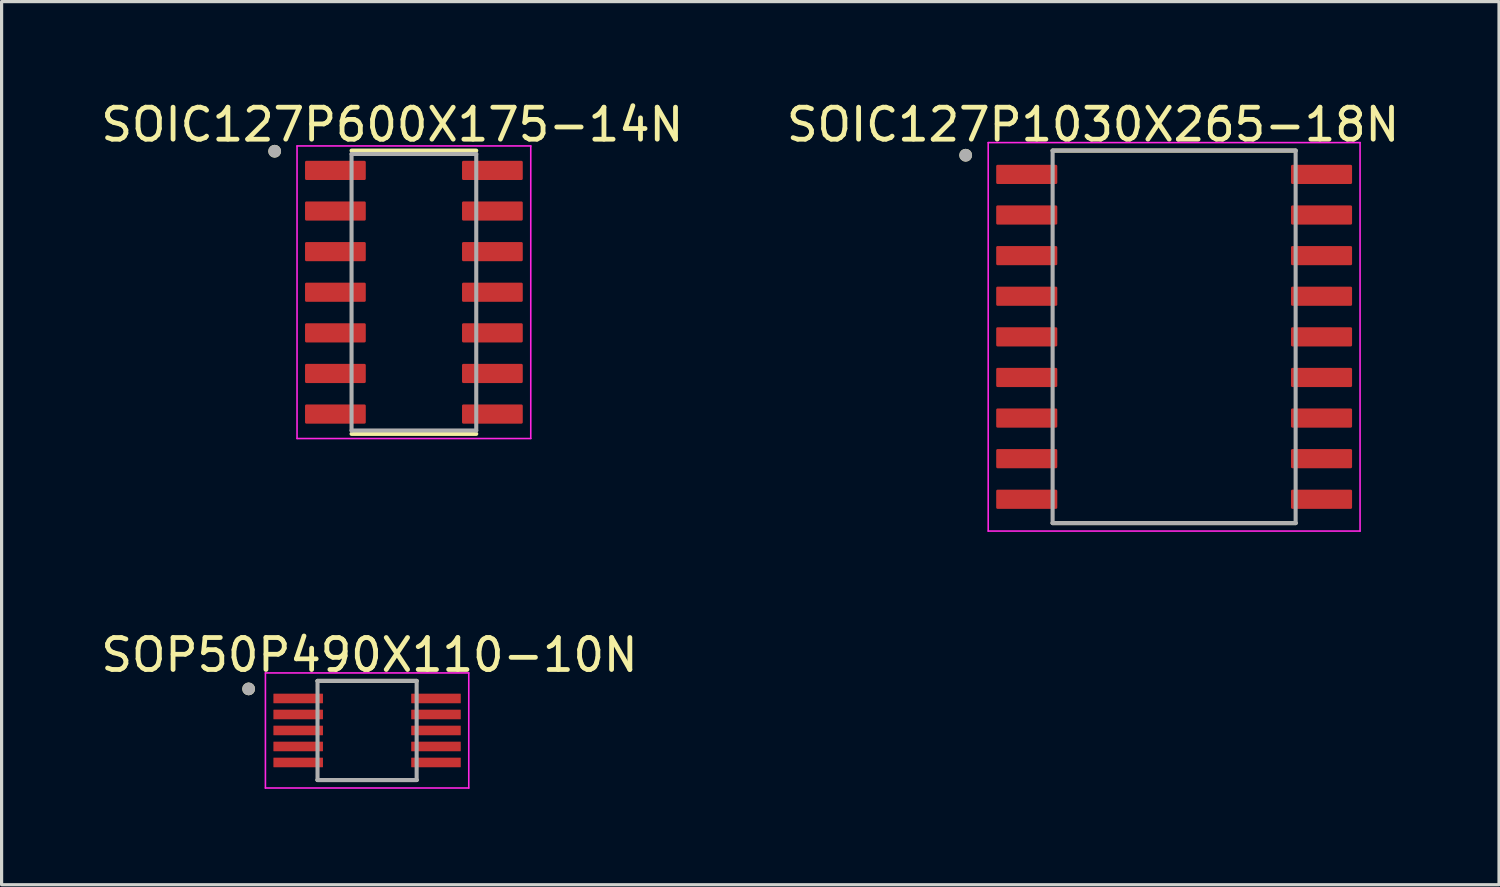
<source format=kicad_pcb>
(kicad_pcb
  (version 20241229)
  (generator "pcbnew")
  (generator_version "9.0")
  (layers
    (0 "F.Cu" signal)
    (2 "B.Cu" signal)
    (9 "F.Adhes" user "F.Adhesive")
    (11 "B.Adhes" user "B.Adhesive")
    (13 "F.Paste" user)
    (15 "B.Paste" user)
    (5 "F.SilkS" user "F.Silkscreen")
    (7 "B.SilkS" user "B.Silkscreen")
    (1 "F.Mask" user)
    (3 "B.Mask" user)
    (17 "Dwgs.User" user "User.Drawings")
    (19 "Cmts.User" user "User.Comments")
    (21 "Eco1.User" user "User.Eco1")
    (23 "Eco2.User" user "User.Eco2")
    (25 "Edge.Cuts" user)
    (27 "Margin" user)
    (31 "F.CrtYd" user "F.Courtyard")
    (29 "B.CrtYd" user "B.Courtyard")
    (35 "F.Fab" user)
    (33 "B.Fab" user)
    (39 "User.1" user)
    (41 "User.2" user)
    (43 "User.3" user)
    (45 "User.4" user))
  (footprint "SOIC127P600X175-14N"
    (layer "F.Cu")
    (at 9.895 6.09)
    (property "Reference" "SOIC127P600X175-14N" (at -0.675 -5.242 0) (layer "F.SilkS") (effects (font (size 1 1) (thickness 0.15))))
    (attr smd)
    (fp_line (start -1.95 -4.43) (end 1.95 -4.43) (stroke (width 0.127) (type solid)) (layer "F.SilkS"))
    (fp_line (start -1.95 4.43) (end 1.95 4.43) (stroke (width 0.127) (type solid)) (layer "F.SilkS"))
    (fp_circle (center -4.355 -4.41) (end -4.255 -4.41) (stroke (width 0.2) (type solid)) (fill no) (layer "F.SilkS"))
    (fp_line (start -3.655 -4.575) (end -3.655 4.575) (stroke (width 0.05) (type solid)) (layer "F.CrtYd"))
    (fp_line (start -3.655 -4.575) (end 3.655 -4.575) (stroke (width 0.05) (type solid)) (layer "F.CrtYd"))
    (fp_line (start -3.655 4.575) (end 3.655 4.575) (stroke (width 0.05) (type solid)) (layer "F.CrtYd"))
    (fp_line (start 3.655 -4.575) (end 3.655 4.575) (stroke (width 0.05) (type solid)) (layer "F.CrtYd"))
    (fp_line (start -1.95 -4.325) (end -1.95 4.325) (stroke (width 0.127) (type solid)) (layer "F.Fab"))
    (fp_line (start -1.95 -4.325) (end 1.95 -4.325) (stroke (width 0.127) (type solid)) (layer "F.Fab"))
    (fp_line (start -1.95 4.325) (end 1.95 4.325) (stroke (width 0.127) (type solid)) (layer "F.Fab"))
    (fp_line (start 1.95 -4.325) (end 1.95 4.325) (stroke (width 0.127) (type solid)) (layer "F.Fab"))
    (fp_circle (center -4.355 -4.41) (end -4.255 -4.41) (stroke (width 0.2) (type solid)) (fill no) (layer "F.Fab"))
    (pad "1" smd roundrect (at -2.455 -3.81) (size 1.9 0.6) (layers "F.Cu" "F.Mask" "F.Paste") (roundrect_rratio 0.07))
    (pad "2" smd roundrect (at -2.455 -2.54) (size 1.9 0.6) (layers "F.Cu" "F.Mask" "F.Paste") (roundrect_rratio 0.07))
    (pad "3" smd roundrect (at -2.455 -1.27) (size 1.9 0.6) (layers "F.Cu" "F.Mask" "F.Paste") (roundrect_rratio 0.07))
    (pad "4" smd roundrect (at -2.455 0) (size 1.9 0.6) (layers "F.Cu" "F.Mask" "F.Paste") (roundrect_rratio 0.07))
    (pad "5" smd roundrect (at -2.455 1.27) (size 1.9 0.6) (layers "F.Cu" "F.Mask" "F.Paste") (roundrect_rratio 0.07))
    (pad "6" smd roundrect (at -2.455 2.54) (size 1.9 0.6) (layers "F.Cu" "F.Mask" "F.Paste") (roundrect_rratio 0.07))
    (pad "7" smd roundrect (at -2.455 3.81) (size 1.9 0.6) (layers "F.Cu" "F.Mask" "F.Paste") (roundrect_rratio 0.07))
    (pad "8" smd roundrect (at 2.455 3.81) (size 1.9 0.6) (layers "F.Cu" "F.Mask" "F.Paste") (roundrect_rratio 0.07))
    (pad "9" smd roundrect (at 2.455 2.54) (size 1.9 0.6) (layers "F.Cu" "F.Mask" "F.Paste") (roundrect_rratio 0.07))
    (pad "10" smd roundrect (at 2.455 1.27) (size 1.9 0.6) (layers "F.Cu" "F.Mask" "F.Paste") (roundrect_rratio 0.07))
    (pad "11" smd roundrect (at 2.455 0) (size 1.9 0.6) (layers "F.Cu" "F.Mask" "F.Paste") (roundrect_rratio 0.07))
    (pad "12" smd roundrect (at 2.455 -1.27) (size 1.9 0.6) (layers "F.Cu" "F.Mask" "F.Paste") (roundrect_rratio 0.07))
    (pad "13" smd roundrect (at 2.455 -2.54) (size 1.9 0.6) (layers "F.Cu" "F.Mask" "F.Paste") (roundrect_rratio 0.07))
    (pad "14" smd roundrect (at 2.455 -3.81) (size 1.9 0.6) (layers "F.Cu" "F.Mask" "F.Paste") (roundrect_rratio 0.07)))
  (footprint "SOP50P490X110-10N"
    (layer "F.Cu")
    (at 8.431 19.796)
    (property "Reference" "SOP50P490X110-10N" (at 0.075 -2.362 0) (layer "F.SilkS") (effects (font (size 1 1) (thickness 0.15))))
    (attr smd)
    (fp_line (start -1.55 -1.55) (end 1.55 -1.55) (stroke (width 0.127) (type solid)) (layer "F.SilkS"))
    (fp_line (start -1.55 1.55) (end 1.55 1.55) (stroke (width 0.127) (type solid)) (layer "F.SilkS"))
    (fp_circle (center -3.705 -1.3) (end -3.605 -1.3) (stroke (width 0.2) (type solid)) (fill no) (layer "F.SilkS"))
    (fp_line (start -3.18 -1.8) (end -3.18 1.8) (stroke (width 0.05) (type solid)) (layer "F.CrtYd"))
    (fp_line (start -3.18 -1.8) (end 3.18 -1.8) (stroke (width 0.05) (type solid)) (layer "F.CrtYd"))
    (fp_line (start -3.18 1.8) (end 3.18 1.8) (stroke (width 0.05) (type solid)) (layer "F.CrtYd"))
    (fp_line (start 3.18 -1.8) (end 3.18 1.8) (stroke (width 0.05) (type solid)) (layer "F.CrtYd"))
    (fp_line (start -1.55 -1.55) (end -1.55 1.55) (stroke (width 0.127) (type solid)) (layer "F.Fab"))
    (fp_line (start -1.55 -1.55) (end 1.55 -1.55) (stroke (width 0.127) (type solid)) (layer "F.Fab"))
    (fp_line (start -1.55 1.55) (end 1.55 1.55) (stroke (width 0.127) (type solid)) (layer "F.Fab"))
    (fp_line (start 1.55 -1.55) (end 1.55 1.55) (stroke (width 0.127) (type solid)) (layer "F.Fab"))
    (fp_circle (center -3.705 -1.3) (end -3.605 -1.3) (stroke (width 0.2) (type solid)) (fill no) (layer "F.Fab"))
    (pad "1" smd roundrect (at -2.155 -1) (size 1.55 0.3) (layers "F.Cu" "F.Mask" "F.Paste") (roundrect_rratio 0.04))
    (pad "2" smd roundrect (at -2.155 -0.5) (size 1.55 0.3) (layers "F.Cu" "F.Mask" "F.Paste") (roundrect_rratio 0.04))
    (pad "3" smd roundrect (at -2.155 0) (size 1.55 0.3) (layers "F.Cu" "F.Mask" "F.Paste") (roundrect_rratio 0.04))
    (pad "4" smd roundrect (at -2.155 0.5) (size 1.55 0.3) (layers "F.Cu" "F.Mask" "F.Paste") (roundrect_rratio 0.04))
    (pad "5" smd roundrect (at -2.155 1) (size 1.55 0.3) (layers "F.Cu" "F.Mask" "F.Paste") (roundrect_rratio 0.04))
    (pad "6" smd roundrect (at 2.155 1) (size 1.55 0.3) (layers "F.Cu" "F.Mask" "F.Paste") (roundrect_rratio 0.04))
    (pad "7" smd roundrect (at 2.155 0.5) (size 1.55 0.3) (layers "F.Cu" "F.Mask" "F.Paste") (roundrect_rratio 0.04))
    (pad "8" smd roundrect (at 2.155 0) (size 1.55 0.3) (layers "F.Cu" "F.Mask" "F.Paste") (roundrect_rratio 0.04))
    (pad "9" smd roundrect (at 2.155 -0.5) (size 1.55 0.3) (layers "F.Cu" "F.Mask" "F.Paste") (roundrect_rratio 0.04))
    (pad "10" smd roundrect (at 2.155 -1) (size 1.55 0.3) (layers "F.Cu" "F.Mask" "F.Paste") (roundrect_rratio 0.04)))
  (footprint "SOIC127P1030X265-18N"
    (layer "F.Cu")
    (at 33.672 7.485)
    (property "Reference" "SOIC127P1030X265-18N" (at -2.535 -6.637 0) (layer "F.SilkS") (effects (font (size 1 1) (thickness 0.15))))
    (attr smd)
    (fp_line (start -3.8 -5.825) (end 3.8 -5.825) (stroke (width 0.127) (type solid)) (layer "F.SilkS"))
    (fp_line (start -3.8 5.825) (end 3.8 5.825) (stroke (width 0.127) (type solid)) (layer "F.SilkS"))
    (fp_circle (center -6.52 -5.68) (end -6.42 -5.68) (stroke (width 0.2) (type solid)) (fill no) (layer "F.SilkS"))
    (fp_line (start -5.815 -6.075) (end -5.815 6.075) (stroke (width 0.05) (type solid)) (layer "F.CrtYd"))
    (fp_line (start -5.815 -6.075) (end 5.815 -6.075) (stroke (width 0.05) (type solid)) (layer "F.CrtYd"))
    (fp_line (start -5.815 6.075) (end 5.815 6.075) (stroke (width 0.05) (type solid)) (layer "F.CrtYd"))
    (fp_line (start 5.815 -6.075) (end 5.815 6.075) (stroke (width 0.05) (type solid)) (layer "F.CrtYd"))
    (fp_line (start -3.8 -5.825) (end -3.8 5.825) (stroke (width 0.127) (type solid)) (layer "F.Fab"))
    (fp_line (start -3.8 -5.825) (end 3.8 -5.825) (stroke (width 0.127) (type solid)) (layer "F.Fab"))
    (fp_line (start -3.8 5.825) (end 3.8 5.825) (stroke (width 0.127) (type solid)) (layer "F.Fab"))
    (fp_line (start 3.8 -5.825) (end 3.8 5.825) (stroke (width 0.127) (type solid)) (layer "F.Fab"))
    (fp_circle (center -6.52 -5.68) (end -6.42 -5.68) (stroke (width 0.2) (type solid)) (fill no) (layer "F.Fab"))
    (pad "1" smd roundrect (at -4.61 -5.08) (size 1.91 0.6) (layers "F.Cu" "F.Mask" "F.Paste") (roundrect_rratio 0.07))
    (pad "2" smd roundrect (at -4.61 -3.81) (size 1.91 0.6) (layers "F.Cu" "F.Mask" "F.Paste") (roundrect_rratio 0.07))
    (pad "3" smd roundrect (at -4.61 -2.54) (size 1.91 0.6) (layers "F.Cu" "F.Mask" "F.Paste") (roundrect_rratio 0.07))
    (pad "4" smd roundrect (at -4.61 -1.27) (size 1.91 0.6) (layers "F.Cu" "F.Mask" "F.Paste") (roundrect_rratio 0.07))
    (pad "5" smd roundrect (at -4.61 0) (size 1.91 0.6) (layers "F.Cu" "F.Mask" "F.Paste") (roundrect_rratio 0.07))
    (pad "6" smd roundrect (at -4.61 1.27) (size 1.91 0.6) (layers "F.Cu" "F.Mask" "F.Paste") (roundrect_rratio 0.07))
    (pad "7" smd roundrect (at -4.61 2.54) (size 1.91 0.6) (layers "F.Cu" "F.Mask" "F.Paste") (roundrect_rratio 0.07))
    (pad "8" smd roundrect (at -4.61 3.81) (size 1.91 0.6) (layers "F.Cu" "F.Mask" "F.Paste") (roundrect_rratio 0.07))
    (pad "9" smd roundrect (at -4.61 5.08) (size 1.91 0.6) (layers "F.Cu" "F.Mask" "F.Paste") (roundrect_rratio 0.07))
    (pad "10" smd roundrect (at 4.61 5.08) (size 1.91 0.6) (layers "F.Cu" "F.Mask" "F.Paste") (roundrect_rratio 0.07))
    (pad "11" smd roundrect (at 4.61 3.81) (size 1.91 0.6) (layers "F.Cu" "F.Mask" "F.Paste") (roundrect_rratio 0.07))
    (pad "12" smd roundrect (at 4.61 2.54) (size 1.91 0.6) (layers "F.Cu" "F.Mask" "F.Paste") (roundrect_rratio 0.07))
    (pad "13" smd roundrect (at 4.61 1.27) (size 1.91 0.6) (layers "F.Cu" "F.Mask" "F.Paste") (roundrect_rratio 0.07))
    (pad "14" smd roundrect (at 4.61 0) (size 1.91 0.6) (layers "F.Cu" "F.Mask" "F.Paste") (roundrect_rratio 0.07))
    (pad "15" smd roundrect (at 4.61 -1.27) (size 1.91 0.6) (layers "F.Cu" "F.Mask" "F.Paste") (roundrect_rratio 0.07))
    (pad "16" smd roundrect (at 4.61 -2.54) (size 1.91 0.6) (layers "F.Cu" "F.Mask" "F.Paste") (roundrect_rratio 0.07))
    (pad "17" smd roundrect (at 4.61 -3.81) (size 1.91 0.6) (layers "F.Cu" "F.Mask" "F.Paste") (roundrect_rratio 0.07))
    (pad "18" smd roundrect (at 4.61 -5.08) (size 1.91 0.6) (layers "F.Cu" "F.Mask" "F.Paste") (roundrect_rratio 0.07)))
  (gr_rect
    (start -3 -3)
    (end 43.833 24.62)
    (stroke (width 0.1) (type default))
    (fill no)
    (layer "Edge.Cuts")))
</source>
